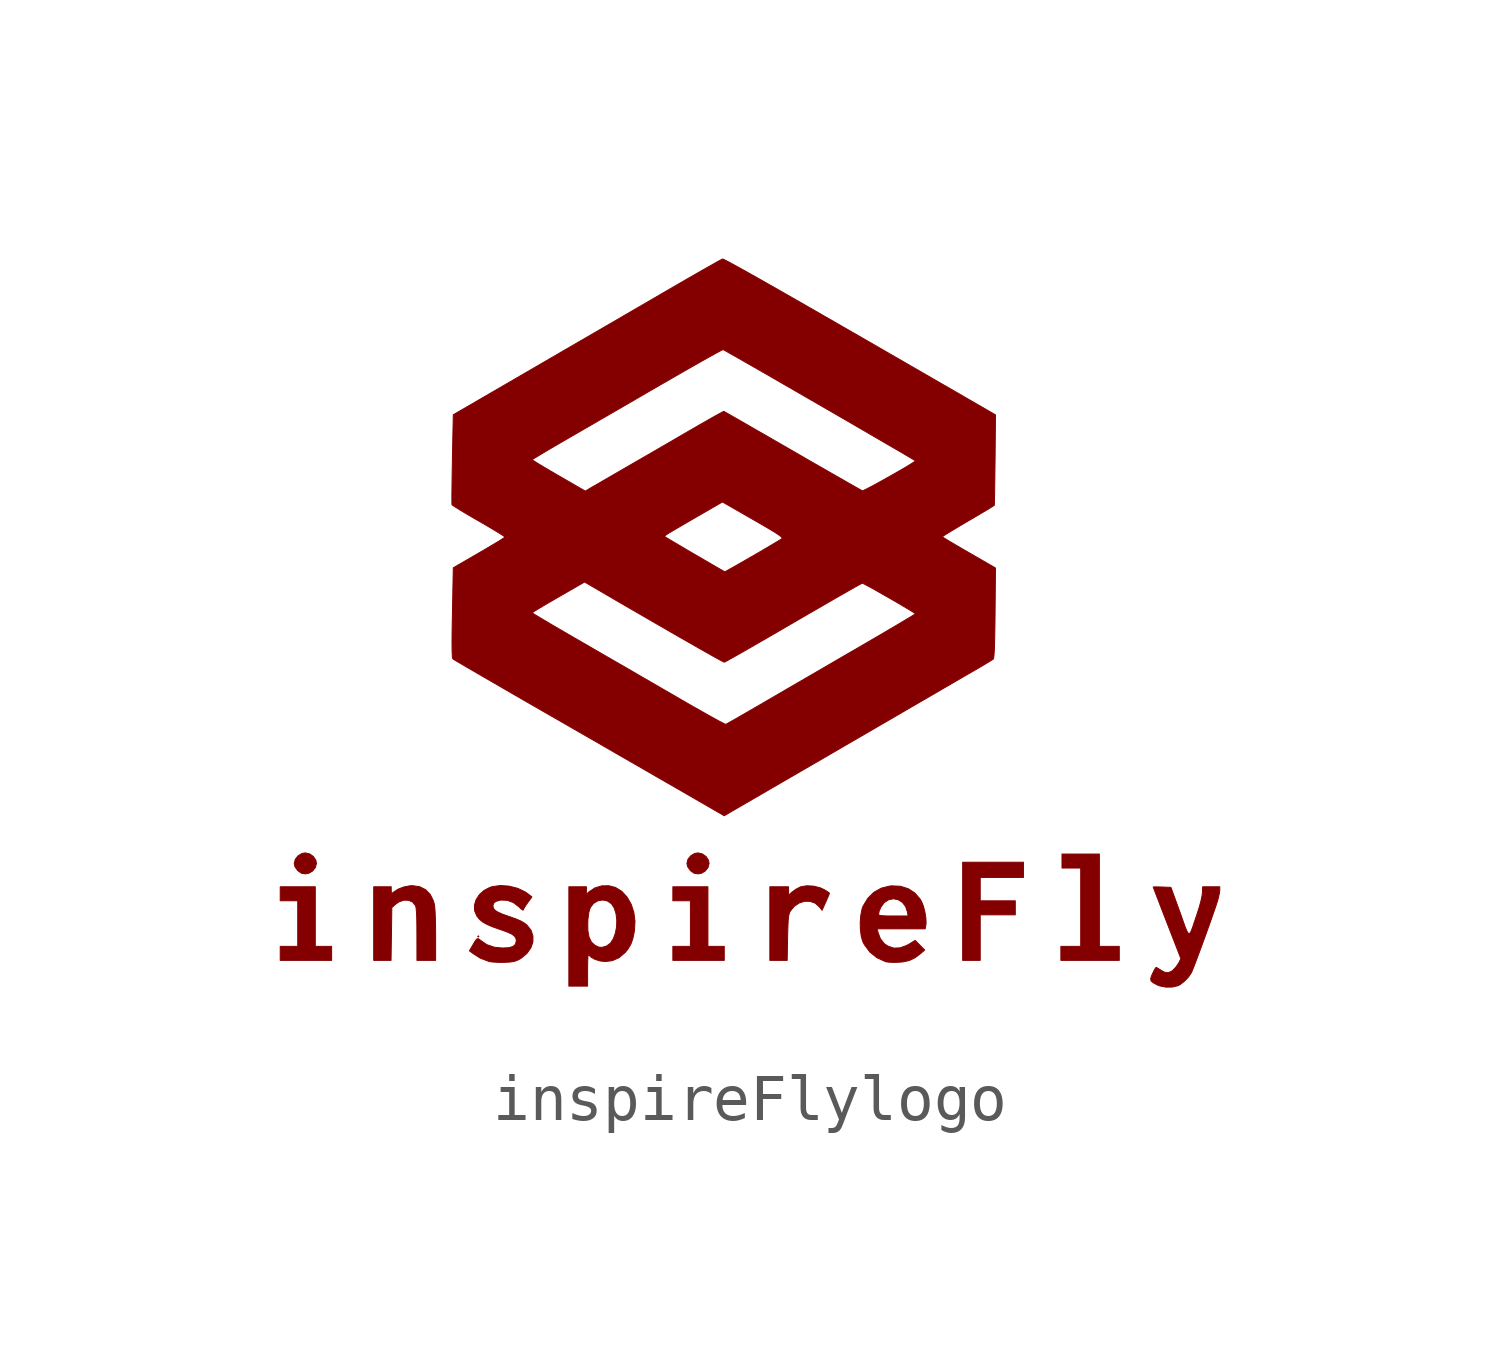
<source format=kicad_sym>
(kicad_symbol_lib
  (version 20220914)
  (generator kicad_symbol_editor)
  (symbol "inspireFlylogo"
    (pin_names
      (offset 1.016))
    (property "Reference" "#G"
      (at 0 14.38 0)
      (effects (font (size 1.27 1.27)) hide))
    (symbol "inspireFlylogo_0_0"
      (polyline (pts (xy -5.245 -6.431) (xy -5.257 -6.419) (xy -5.27 -6.431) (xy -5.257 -6.444) (xy -5.245 -6.431)) (stroke (width 0.01) (type default)) (fill (type outline)))
      (polyline (pts (xy -8.89 -5.08) (xy -8.806 -5.031) (xy -8.746 -4.956) (xy -8.723 -4.867) (xy -8.736 -4.8) (xy -8.788 -4.72) (xy -8.867 -4.664) (xy -8.961 -4.642) (xy -9.032 -4.654) (xy -9.116 -4.704) (xy -9.176 -4.779) (xy -9.199 -4.867) (xy -9.185 -4.936) (xy -9.126 -5.019) (xy -9.117 -5.027) (xy -9.044 -5.078) (xy -8.961 -5.092) (xy -8.89 -5.08)) (stroke (width 0.01) (type default)) (fill (type outline)))
      (polyline (pts (xy -0.482 -5.08) (xy -0.398 -5.031) (xy -0.338 -4.956) (xy -0.315 -4.867) (xy -0.328 -4.8) (xy -0.38 -4.72) (xy -0.459 -4.664) (xy -0.553 -4.642) (xy -0.624 -4.654) (xy -0.708 -4.704) (xy -0.768 -4.779) (xy -0.79 -4.867) (xy -0.776 -4.936) (xy -0.717 -5.019) (xy -0.709 -5.027) (xy -0.636 -5.078) (xy -0.553 -5.092) (xy -0.482 -5.08)) (stroke (width 0.01) (type default)) (fill (type outline)))
      (polyline (pts (xy -8.398 -6.794) (xy -8.398 -6.644) (xy -8.573 -6.644) (xy -8.748 -6.644) (xy -8.748 -6.006) (xy -8.748 -5.368) (xy -9.124 -5.368) (xy -9.499 -5.368) (xy -9.499 -5.518) (xy -9.499 -5.668) (xy -9.311 -5.668) (xy -9.124 -5.668) (xy -9.124 -6.156) (xy -9.124 -6.644) (xy -9.311 -6.644) (xy -9.499 -6.644) (xy -9.499 -6.794) (xy -9.499 -6.944) (xy -8.948 -6.944) (xy -8.398 -6.944) (xy -8.398 -6.794)) (stroke (width 0.01) (type default)) (fill (type outline)))
      (polyline (pts (xy 0.01 -6.794) (xy 0.01 -6.644) (xy -0.165 -6.644) (xy -0.34 -6.644) (xy -0.34 -6.006) (xy -0.34 -5.368) (xy -0.715 -5.368) (xy -1.091 -5.368) (xy -1.091 -5.518) (xy -1.091 -5.668) (xy -0.903 -5.668) (xy -0.715 -5.668) (xy -0.715 -6.156) (xy -0.715 -6.644) (xy -0.903 -6.644) (xy -1.091 -6.644) (xy -1.091 -6.794) (xy -1.091 -6.944) (xy -0.54 -6.944) (xy 0.01 -6.944) (xy 0.01 -6.794)) (stroke (width 0.01) (type default)) (fill (type outline)))
      (polyline (pts (xy 5.491 -6.456) (xy 5.491 -5.968) (xy 5.866 -5.968) (xy 6.242 -5.968) (xy 6.242 -5.818) (xy 6.242 -5.668) (xy 5.866 -5.668) (xy 5.491 -5.668) (xy 5.491 -5.418) (xy 5.491 -5.168) (xy 5.954 -5.168) (xy 6.417 -5.168) (xy 6.417 -5.005) (xy 6.417 -4.842) (xy 5.766 -4.842) (xy 5.115 -4.842) (xy 5.115 -5.893) (xy 5.115 -6.944) (xy 5.303 -6.944) (xy 5.491 -6.944) (xy 5.491 -6.456)) (stroke (width 0.01) (type default)) (fill (type outline)))
      (polyline (pts (xy 8.469 -6.794) (xy 8.469 -6.644) (xy 8.256 -6.644) (xy 8.043 -6.644) (xy 8.043 -5.655) (xy 8.043 -4.667) (xy 7.643 -4.667) (xy 7.242 -4.667) (xy 7.242 -4.817) (xy 7.242 -4.967) (xy 7.443 -4.967) (xy 7.643 -4.967) (xy 7.643 -5.806) (xy 7.643 -6.644) (xy 7.43 -6.644) (xy 7.218 -6.644) (xy 7.218 -6.794) (xy 7.218 -6.944) (xy 7.843 -6.944) (xy 8.469 -6.944) (xy 8.469 -6.794)) (stroke (width 0.01) (type default)) (fill (type outline)))
      (polyline (pts (xy 1.366 -6.463) (xy 1.37 -6.301) (xy 1.375 -6.164) (xy 1.381 -6.063) (xy 1.39 -5.99) (xy 1.402 -5.939) (xy 1.417 -5.902) (xy 1.426 -5.888) (xy 1.51 -5.785) (xy 1.615 -5.715) (xy 1.73 -5.679) (xy 1.847 -5.68) (xy 1.956 -5.718) (xy 2.045 -5.797) (xy 2.104 -5.872) (xy 2.183 -5.695) (xy 2.192 -5.675) (xy 2.228 -5.593) (xy 2.253 -5.533) (xy 2.263 -5.506) (xy 2.254 -5.497) (xy 2.213 -5.468) (xy 2.15 -5.429) (xy 2.064 -5.389) (xy 1.923 -5.354) (xy 1.778 -5.346) (xy 1.651 -5.367) (xy 1.633 -5.374) (xy 1.549 -5.418) (xy 1.472 -5.473) (xy 1.387 -5.548) (xy 1.387 -5.458) (xy 1.387 -5.368) (xy 1.187 -5.368) (xy 0.986 -5.368) (xy 0.986 -6.156) (xy 0.986 -6.944) (xy 1.172 -6.944) (xy 1.357 -6.944) (xy 1.366 -6.463)) (stroke (width 0.01) (type default)) (fill (type outline)))
      (polyline (pts (xy -7.117 -6.379) (xy -7.109 -5.814) (xy -7.029 -5.742) (xy -6.957 -5.692) (xy -6.853 -5.655) (xy -6.753 -5.657) (xy -6.666 -5.694) (xy -6.604 -5.768) (xy -6.601 -5.773) (xy -6.59 -5.82) (xy -6.582 -5.9) (xy -6.576 -6.019) (xy -6.573 -6.18) (xy -6.572 -6.388) (xy -6.571 -6.944) (xy -6.371 -6.944) (xy -6.171 -6.944) (xy -6.171 -6.407) (xy -6.171 -6.367) (xy -6.173 -6.2) (xy -6.177 -6.045) (xy -6.182 -5.911) (xy -6.189 -5.808) (xy -6.198 -5.745) (xy -6.217 -5.673) (xy -6.286 -5.532) (xy -6.387 -5.429) (xy -6.516 -5.365) (xy -6.671 -5.344) (xy -6.716 -5.346) (xy -6.85 -5.371) (xy -6.978 -5.42) (xy -7.077 -5.486) (xy -7.106 -5.508) (xy -7.119 -5.499) (xy -7.122 -5.447) (xy -7.122 -5.368) (xy -7.309 -5.368) (xy -7.497 -5.368) (xy -7.497 -6.156) (xy -7.497 -6.944) (xy -7.311 -6.944) (xy -7.126 -6.944) (xy -7.117 -6.379)) (stroke (width 0.01) (type default)) (fill (type outline)))
      (polyline (pts (xy -2.917 -7.138) (xy -2.916 -7.063) (xy -2.914 -6.939) (xy -2.909 -6.86) (xy -2.901 -6.823) (xy -2.89 -6.826) (xy -2.846 -6.873) (xy -2.759 -6.922) (xy -2.651 -6.956) (xy -2.537 -6.969) (xy -2.387 -6.95) (xy -2.241 -6.885) (xy -2.111 -6.774) (xy -2.053 -6.703) (xy -1.99 -6.597) (xy -1.946 -6.472) (xy -1.914 -6.313) (xy -1.913 -6.306) (xy -1.902 -6.106) (xy -1.927 -5.914) (xy -1.985 -5.738) (xy -2.073 -5.586) (xy -2.186 -5.464) (xy -2.322 -5.381) (xy -2.459 -5.346) (xy -2.613 -5.348) (xy -2.76 -5.392) (xy -2.886 -5.475) (xy -2.942 -5.527) (xy -2.942 -5.447) (xy -2.942 -5.368) (xy -3.13 -5.368) (xy -3.318 -5.368) (xy -3.318 -6.127) (xy -2.913 -6.127) (xy -2.909 -6.06) (xy -2.89 -5.914) (xy -2.859 -5.814) (xy -2.856 -5.809) (xy -2.787 -5.722) (xy -2.695 -5.668) (xy -2.593 -5.651) (xy -2.492 -5.672) (xy -2.405 -5.732) (xy -2.347 -5.822) (xy -2.308 -5.943) (xy -2.292 -6.08) (xy -2.296 -6.222) (xy -2.321 -6.359) (xy -2.365 -6.48) (xy -2.427 -6.575) (xy -2.505 -6.633) (xy -2.521 -6.64) (xy -2.608 -6.665) (xy -2.68 -6.659) (xy -2.758 -6.621) (xy -2.759 -6.621) (xy -2.835 -6.551) (xy -2.885 -6.448) (xy -2.911 -6.308) (xy -2.913 -6.127) (xy -3.318 -6.127) (xy -3.318 -6.431) (xy -3.318 -7.495) (xy -3.118 -7.495) (xy -2.917 -7.495) (xy -2.917 -7.138)) (stroke (width 0.01) (type default)) (fill (type outline)))
      (polyline (pts (xy 3.727 -6.985) (xy 3.834 -6.977) (xy 3.971 -6.947) (xy 4.091 -6.89) (xy 4.215 -6.798) (xy 4.302 -6.722) (xy 4.2 -6.619) (xy 4.098 -6.516) (xy 3.975 -6.591) (xy 3.916 -6.624) (xy 3.774 -6.676) (xy 3.642 -6.681) (xy 3.515 -6.639) (xy 3.436 -6.585) (xy 3.353 -6.48) (xy 3.3 -6.337) (xy 3.283 -6.269) (xy 3.798 -6.269) (xy 4.312 -6.269) (xy 4.328 -6.186) (xy 4.332 -6.136) (xy 4.326 -6.028) (xy 4.306 -5.906) (xy 4.276 -5.787) (xy 4.239 -5.693) (xy 4.204 -5.631) (xy 4.09 -5.5) (xy 3.948 -5.408) (xy 3.78 -5.356) (xy 3.592 -5.348) (xy 3.557 -5.351) (xy 3.375 -5.396) (xy 3.216 -5.484) (xy 3.085 -5.613) (xy 2.983 -5.781) (xy 2.96 -5.844) (xy 2.938 -5.957) (xy 3.314 -5.957) (xy 3.327 -5.888) (xy 3.369 -5.796) (xy 3.431 -5.713) (xy 3.441 -5.703) (xy 3.534 -5.643) (xy 3.635 -5.625) (xy 3.735 -5.646) (xy 3.824 -5.702) (xy 3.893 -5.79) (xy 3.932 -5.905) (xy 3.946 -5.993) (xy 3.63 -5.993) (xy 3.507 -5.993) (xy 3.412 -5.989) (xy 3.352 -5.983) (xy 3.322 -5.973) (xy 3.314 -5.957) (xy 2.938 -5.957) (xy 2.933 -5.979) (xy 2.921 -6.133) (xy 2.925 -6.29) (xy 2.944 -6.433) (xy 2.978 -6.545) (xy 3.01 -6.607) (xy 3.127 -6.765) (xy 3.279 -6.887) (xy 3.464 -6.972) (xy 3.47 -6.974) (xy 3.532 -6.982) (xy 3.623 -6.987) (xy 3.727 -6.985)) (stroke (width 0.01) (type default)) (fill (type outline)))
      (polyline (pts (xy 9.607 -7.515) (xy 9.727 -7.486) (xy 9.771 -7.463) (xy 9.863 -7.392) (xy 9.949 -7.303) (xy 10.012 -7.21) (xy 10.013 -7.209) (xy 10.034 -7.16) (xy 10.069 -7.072) (xy 10.115 -6.952) (xy 10.169 -6.808) (xy 10.229 -6.646) (xy 10.291 -6.476) (xy 10.354 -6.303) (xy 10.414 -6.135) (xy 10.468 -5.981) (xy 10.515 -5.846) (xy 10.551 -5.739) (xy 10.574 -5.668) (xy 10.596 -5.584) (xy 10.614 -5.496) (xy 10.621 -5.437) (xy 10.621 -5.368) (xy 10.438 -5.368) (xy 10.254 -5.368) (xy 10.249 -5.499) (xy 10.241 -5.564) (xy 10.217 -5.674) (xy 10.18 -5.809) (xy 10.133 -5.956) (xy 10.078 -6.119) (xy 10.036 -6.245) (xy 10.003 -6.328) (xy 9.975 -6.369) (xy 9.948 -6.366) (xy 9.918 -6.319) (xy 9.881 -6.229) (xy 9.832 -6.093) (xy 9.768 -5.911) (xy 9.575 -5.38) (xy 9.385 -5.373) (xy 9.365 -5.372) (xy 9.278 -5.37) (xy 9.218 -5.37) (xy 9.195 -5.373) (xy 9.199 -5.383) (xy 9.218 -5.434) (xy 9.252 -5.523) (xy 9.299 -5.644) (xy 9.355 -5.791) (xy 9.42 -5.96) (xy 9.492 -6.144) (xy 9.788 -6.907) (xy 9.742 -6.997) (xy 9.737 -7.007) (xy 9.682 -7.087) (xy 9.617 -7.155) (xy 9.586 -7.179) (xy 9.513 -7.208) (xy 9.435 -7.196) (xy 9.342 -7.143) (xy 9.338 -7.14) (xy 9.288 -7.108) (xy 9.258 -7.094) (xy 9.245 -7.107) (xy 9.217 -7.154) (xy 9.182 -7.225) (xy 9.164 -7.264) (xy 9.141 -7.333) (xy 9.149 -7.382) (xy 9.193 -7.422) (xy 9.277 -7.468) (xy 9.338 -7.492) (xy 9.47 -7.517) (xy 9.607 -7.515)) (stroke (width 0.01) (type default)) (fill (type outline)))
      (polyline (pts (xy -4.705 -6.986) (xy -4.677 -6.985) (xy -4.569 -6.979) (xy -4.491 -6.967) (xy -4.428 -6.946) (xy -4.362 -6.912) (xy -4.336 -6.895) (xy -4.215 -6.794) (xy -4.132 -6.677) (xy -4.088 -6.551) (xy -4.087 -6.423) (xy -4.127 -6.301) (xy -4.213 -6.191) (xy -4.263 -6.15) (xy -4.34 -6.104) (xy -4.444 -6.059) (xy -4.586 -6.008) (xy -4.598 -6.004) (xy -4.74 -5.954) (xy -4.839 -5.91) (xy -4.902 -5.868) (xy -4.935 -5.824) (xy -4.944 -5.776) (xy -4.931 -5.722) (xy -4.883 -5.682) (xy -4.792 -5.656) (xy -4.772 -5.652) (xy -4.635 -5.658) (xy -4.503 -5.708) (xy -4.388 -5.797) (xy -4.348 -5.836) (xy -4.309 -5.866) (xy -4.294 -5.866) (xy -4.284 -5.839) (xy -4.25 -5.782) (xy -4.202 -5.712) (xy -4.109 -5.586) (xy -4.183 -5.527) (xy -4.249 -5.48) (xy -4.413 -5.401) (xy -4.597 -5.354) (xy -4.784 -5.34) (xy -4.96 -5.365) (xy -5.007 -5.38) (xy -5.135 -5.446) (xy -5.236 -5.538) (xy -5.306 -5.647) (xy -5.341 -5.764) (xy -5.336 -5.883) (xy -5.288 -5.995) (xy -5.237 -6.059) (xy -5.17 -6.118) (xy -5.079 -6.17) (xy -4.958 -6.223) (xy -4.796 -6.281) (xy -4.761 -6.292) (xy -4.63 -6.34) (xy -4.538 -6.383) (xy -4.482 -6.425) (xy -4.452 -6.47) (xy -4.444 -6.523) (xy -4.444 -6.531) (xy -4.463 -6.601) (xy -4.515 -6.647) (xy -4.607 -6.673) (xy -4.741 -6.679) (xy -4.918 -6.661) (xy -5.078 -6.606) (xy -5.214 -6.511) (xy -5.239 -6.49) (xy -5.268 -6.477) (xy -5.295 -6.491) (xy -5.33 -6.538) (xy -5.38 -6.623) (xy -5.447 -6.74) (xy -5.365 -6.801) (xy -5.216 -6.896) (xy -5.027 -6.968) (xy -5.008 -6.972) (xy -4.927 -6.981) (xy -4.82 -6.986) (xy -4.705 -6.986)) (stroke (width 0.01) (type default)) (fill (type outline)))
      (polyline (pts (xy 0.124 -3.78) (xy 0.143 -3.768) (xy 0.208 -3.73) (xy 0.31 -3.671) (xy 0.444 -3.594) (xy 0.605 -3.5) (xy 0.79 -3.393) (xy 0.993 -3.275) (xy 1.211 -3.148) (xy 1.439 -3.016) (xy 1.625 -2.908) (xy 1.922 -2.736) (xy 2.241 -2.551) (xy 2.57 -2.359) (xy 2.9 -2.168) (xy 3.218 -1.983) (xy 3.514 -1.811) (xy 3.779 -1.657) (xy 3.798 -1.646) (xy 4.033 -1.509) (xy 4.268 -1.373) (xy 4.497 -1.24) (xy 4.713 -1.114) (xy 4.911 -0.999) (xy 5.083 -0.899) (xy 5.225 -0.817) (xy 5.33 -0.756) (xy 5.334 -0.754) (xy 5.465 -0.678) (xy 5.581 -0.609) (xy 5.676 -0.552) (xy 5.742 -0.511) (xy 5.772 -0.49) (xy 5.778 -0.474) (xy 5.785 -0.419) (xy 5.792 -0.324) (xy 5.797 -0.186) (xy 5.802 -0.005) (xy 5.806 0.223) (xy 5.809 0.498) (xy 5.818 1.459) (xy 5.25 1.787) (xy 5.106 1.87) (xy 4.968 1.951) (xy 4.851 2.02) (xy 4.76 2.075) (xy 4.701 2.112) (xy 4.68 2.128) (xy 4.696 2.14) (xy 4.749 2.175) (xy 4.835 2.228) (xy 4.948 2.296) (xy 5.082 2.376) (xy 5.231 2.464) (xy 5.361 2.54) (xy 5.498 2.621) (xy 5.616 2.691) (xy 5.708 2.747) (xy 5.768 2.785) (xy 5.791 2.801) (xy 5.792 2.802) (xy 5.794 2.839) (xy 5.796 2.918) (xy 5.799 3.036) (xy 5.801 3.186) (xy 5.804 3.364) (xy 5.806 3.562) (xy 5.809 3.777) (xy 5.818 4.738) (xy 5.205 5.092) (xy 5.016 5.202) (xy 4.438 5.535) (xy 3.902 5.845) (xy 3.406 6.131) (xy 2.95 6.394) (xy 2.531 6.635) (xy 2.15 6.854) (xy 1.804 7.053) (xy 1.492 7.232) (xy 1.213 7.391) (xy 0.966 7.532) (xy 0.749 7.655) (xy 0.562 7.76) (xy 0.403 7.849) (xy 0.271 7.922) (xy 0.165 7.98) (xy 0.083 8.024) (xy 0.025 8.054) (xy -0.012 8.071) (xy -0.027 8.075) (xy -0.03 8.074) (xy -0.067 8.055) (xy -0.143 8.014) (xy -0.252 7.952) (xy -0.391 7.874) (xy -0.555 7.78) (xy -0.74 7.674) (xy -0.941 7.558) (xy -1.155 7.434) (xy -1.312 7.343) (xy -1.545 7.207) (xy -1.81 7.053) (xy -2.1 6.885) (xy -2.409 6.705) (xy -2.731 6.518) (xy -3.059 6.328) (xy -3.387 6.138) (xy -3.708 5.951) (xy -4.016 5.772) (xy -5.793 4.74) (xy -5.812 3.79) (xy -5.812 3.777) (xy -4.103 3.777) (xy -4.093 3.785) (xy -4.045 3.816) (xy -3.962 3.866) (xy -3.85 3.934) (xy -3.712 4.015) (xy -3.555 4.107) (xy -3.384 4.206) (xy -3.312 4.248) (xy -3.134 4.351) (xy -2.922 4.473) (xy -2.685 4.611) (xy -2.429 4.759) (xy -2.16 4.915) (xy -1.887 5.073) (xy -1.616 5.231) (xy -1.354 5.383) (xy -1.346 5.387) (xy -1.112 5.522) (xy -0.89 5.65) (xy -0.685 5.767) (xy -0.5 5.872) (xy -0.34 5.962) (xy -0.207 6.036) (xy -0.106 6.091) (xy -0.041 6.125) (xy -0.015 6.135) (xy 0.001 6.128) (xy 0.056 6.097) (xy 0.148 6.045) (xy 0.274 5.974) (xy 0.428 5.885) (xy 0.609 5.782) (xy 0.811 5.666) (xy 1.032 5.539) (xy 1.267 5.403) (xy 1.514 5.261) (xy 1.768 5.114) (xy 2.026 4.965) (xy 2.285 4.815) (xy 2.54 4.668) (xy 2.788 4.524) (xy 3.025 4.386) (xy 3.248 4.256) (xy 3.453 4.137) (xy 3.637 4.03) (xy 3.795 3.938) (xy 3.925 3.861) (xy 4.022 3.804) (xy 4.082 3.768) (xy 4.104 3.754) (xy 4.102 3.751) (xy 4.07 3.727) (xy 4.003 3.684) (xy 3.908 3.626) (xy 3.792 3.558) (xy 3.663 3.484) (xy 3.527 3.407) (xy 3.391 3.331) (xy 3.263 3.26) (xy 3.149 3.199) (xy 3.057 3.151) (xy 2.994 3.121) (xy 2.966 3.112) (xy 2.958 3.116) (xy 2.91 3.143) (xy 2.825 3.191) (xy 2.705 3.259) (xy 2.555 3.345) (xy 2.378 3.446) (xy 2.178 3.561) (xy 1.958 3.687) (xy 1.722 3.823) (xy 1.474 3.966) (xy 1.343 4.042) (xy 1.102 4.181) (xy 0.875 4.312) (xy 0.666 4.431) (xy 0.48 4.539) (xy 0.319 4.631) (xy 0.187 4.707) (xy 0.087 4.764) (xy 0.024 4.8) (xy 0.0001 4.813) (xy -0.008 4.81) (xy -0.053 4.786) (xy -0.134 4.742) (xy -0.244 4.681) (xy -0.379 4.604) (xy -0.533 4.516) (xy -0.702 4.418) (xy -0.868 4.322) (xy -1.105 4.184) (xy -1.358 4.037) (xy -1.612 3.89) (xy -1.853 3.751) (xy -2.064 3.629) (xy -2.128 3.592) (xy -2.299 3.493) (xy -2.458 3.401) (xy -2.599 3.319) (xy -2.716 3.251) (xy -2.803 3.201) (xy -2.853 3.172) (xy -2.966 3.105) (xy -3.535 3.434) (xy -3.679 3.518) (xy -3.817 3.599) (xy -3.934 3.669) (xy -4.024 3.724) (xy -4.082 3.761) (xy -4.103 3.777) (xy -5.812 3.777) (xy -5.812 3.76) (xy -5.816 3.548) (xy -5.819 3.352) (xy -5.821 3.179) (xy -5.823 3.032) (xy -5.823 2.919) (xy -5.822 2.844) (xy -5.821 2.814) (xy -5.801 2.798) (xy -5.743 2.76) (xy -5.653 2.703) (xy -5.536 2.633) (xy -5.399 2.552) (xy -5.246 2.464) (xy -5.106 2.383) (xy -4.969 2.302) (xy -4.853 2.232) (xy -4.763 2.176) (xy -4.706 2.138) (xy -4.705 2.137) (xy -1.267 2.137) (xy -1.262 2.146) (xy -1.246 2.159) (xy -1.215 2.181) (xy -1.165 2.213) (xy -1.091 2.257) (xy -0.99 2.316) (xy -0.858 2.393) (xy -0.69 2.491) (xy -0.484 2.61) (xy -0.029 2.873) (xy 0.626 2.497) (xy 0.72 2.443) (xy 0.892 2.343) (xy 1.025 2.264) (xy 1.124 2.203) (xy 1.191 2.157) (xy 1.232 2.125) (xy 1.249 2.103) (xy 1.247 2.09) (xy 1.247 2.09) (xy 1.216 2.069) (xy 1.148 2.027) (xy 1.048 1.967) (xy 0.924 1.894) (xy 0.78 1.809) (xy 0.623 1.718) (xy 0.613 1.712) (xy 0.458 1.623) (xy 0.318 1.543) (xy 0.199 1.475) (xy 0.106 1.423) (xy 0.045 1.389) (xy 0.022 1.378) (xy 0.021 1.378) (xy -0.008 1.393) (xy -0.072 1.43) (xy -0.166 1.484) (xy -0.283 1.552) (xy -0.415 1.629) (xy -0.557 1.712) (xy -0.702 1.796) (xy -0.843 1.879) (xy -0.974 1.957) (xy -1.088 2.024) (xy -1.179 2.078) (xy -1.24 2.115) (xy -1.264 2.131) (xy -1.264 2.132) (xy -1.267 2.137) (xy -4.705 2.137) (xy -4.687 2.121) (xy -4.703 2.108) (xy -4.757 2.072) (xy -4.844 2.018) (xy -4.958 1.95) (xy -5.093 1.87) (xy -5.243 1.782) (xy -5.793 1.463) (xy -5.811 0.5) (xy -5.811 0.499) (xy -4.103 0.499) (xy -4.099 0.503) (xy -4.061 0.529) (xy -3.988 0.574) (xy -3.887 0.635) (xy -3.763 0.708) (xy -3.624 0.788) (xy -3.573 0.818) (xy -3.43 0.9) (xy -3.301 0.975) (xy -3.191 1.038) (xy -3.11 1.085) (xy -3.064 1.111) (xy -2.982 1.159) (xy -2.423 0.833) (xy -2.422 0.832) (xy -2.092 0.64) (xy -1.776 0.457) (xy -1.477 0.284) (xy -1.198 0.123) (xy -0.942 -0.025) (xy -0.71 -0.157) (xy -0.506 -0.274) (xy -0.332 -0.372) (xy -0.191 -0.452) (xy -0.085 -0.51) (xy -0.017 -0.546) (xy 0.011 -0.558) (xy 0.018 -0.555) (xy 0.065 -0.531) (xy 0.148 -0.484) (xy 0.266 -0.418) (xy 0.415 -0.333) (xy 0.59 -0.233) (xy 0.789 -0.118) (xy 1.008 0.008) (xy 1.242 0.144) (xy 1.489 0.288) (xy 1.615 0.361) (xy 1.856 0.501) (xy 2.083 0.632) (xy 2.292 0.753) (xy 2.479 0.861) (xy 2.641 0.953) (xy 2.774 1.029) (xy 2.875 1.086) (xy 2.94 1.121) (xy 2.965 1.134) (xy 2.97 1.133) (xy 3.011 1.113) (xy 3.084 1.074) (xy 3.184 1.02) (xy 3.303 0.953) (xy 3.434 0.878) (xy 3.57 0.8) (xy 3.704 0.723) (xy 3.829 0.649) (xy 3.939 0.584) (xy 4.026 0.531) (xy 4.083 0.494) (xy 4.103 0.478) (xy 4.083 0.464) (xy 4.023 0.426) (xy 3.927 0.369) (xy 3.799 0.292) (xy 3.643 0.2) (xy 3.462 0.093) (xy 3.26 -0.025) (xy 3.041 -0.153) (xy 2.809 -0.288) (xy 2.705 -0.348) (xy 2.439 -0.502) (xy 2.167 -0.661) (xy 1.895 -0.819) (xy 1.631 -0.972) (xy 1.381 -1.117) (xy 1.154 -1.25) (xy 0.955 -1.365) (xy 0.793 -1.46) (xy 0.671 -1.53) (xy 0.506 -1.626) (xy 0.358 -1.711) (xy 0.233 -1.783) (xy 0.134 -1.839) (xy 0.069 -1.875) (xy 0.041 -1.89) (xy 0.036 -1.889) (xy -0.006 -1.869) (xy -0.085 -1.828) (xy -0.198 -1.766) (xy -0.339 -1.688) (xy -0.506 -1.593) (xy -0.694 -1.487) (xy -0.899 -1.369) (xy -1.116 -1.243) (xy -1.265 -1.157) (xy -1.539 -0.998) (xy -1.829 -0.83) (xy -2.125 -0.658) (xy -2.418 -0.489) (xy -2.697 -0.328) (xy -2.952 -0.18) (xy -3.174 -0.052) (xy -3.294 0.018) (xy -3.482 0.127) (xy -3.654 0.227) (xy -3.804 0.316) (xy -3.928 0.39) (xy -4.023 0.447) (xy -4.082 0.484) (xy -4.103 0.499) (xy -5.811 0.499) (xy -5.816 0.253) (xy -5.819 0.039) (xy -5.82 -0.132) (xy -5.819 -0.265) (xy -5.817 -0.363) (xy -5.813 -0.431) (xy -5.807 -0.472) (xy -5.799 -0.49) (xy -5.783 -0.5) (xy -5.727 -0.534) (xy -5.633 -0.589) (xy -5.504 -0.665) (xy -5.344 -0.758) (xy -5.156 -0.867) (xy -4.943 -0.991) (xy -4.707 -1.127) (xy -4.454 -1.274) (xy -4.185 -1.429) (xy -3.904 -1.591) (xy -3.876 -1.607) (xy -3.562 -1.787) (xy -3.24 -1.973) (xy -2.913 -2.161) (xy -2.588 -2.348) (xy -2.272 -2.531) (xy -1.969 -2.705) (xy -1.686 -2.868) (xy -1.429 -3.017) (xy -1.203 -3.147) (xy -1.015 -3.255) (xy 0.01 -3.847) (xy 0.124 -3.78)) (stroke (width 0.01) (type default)) (fill (type outline))))))
</source>
